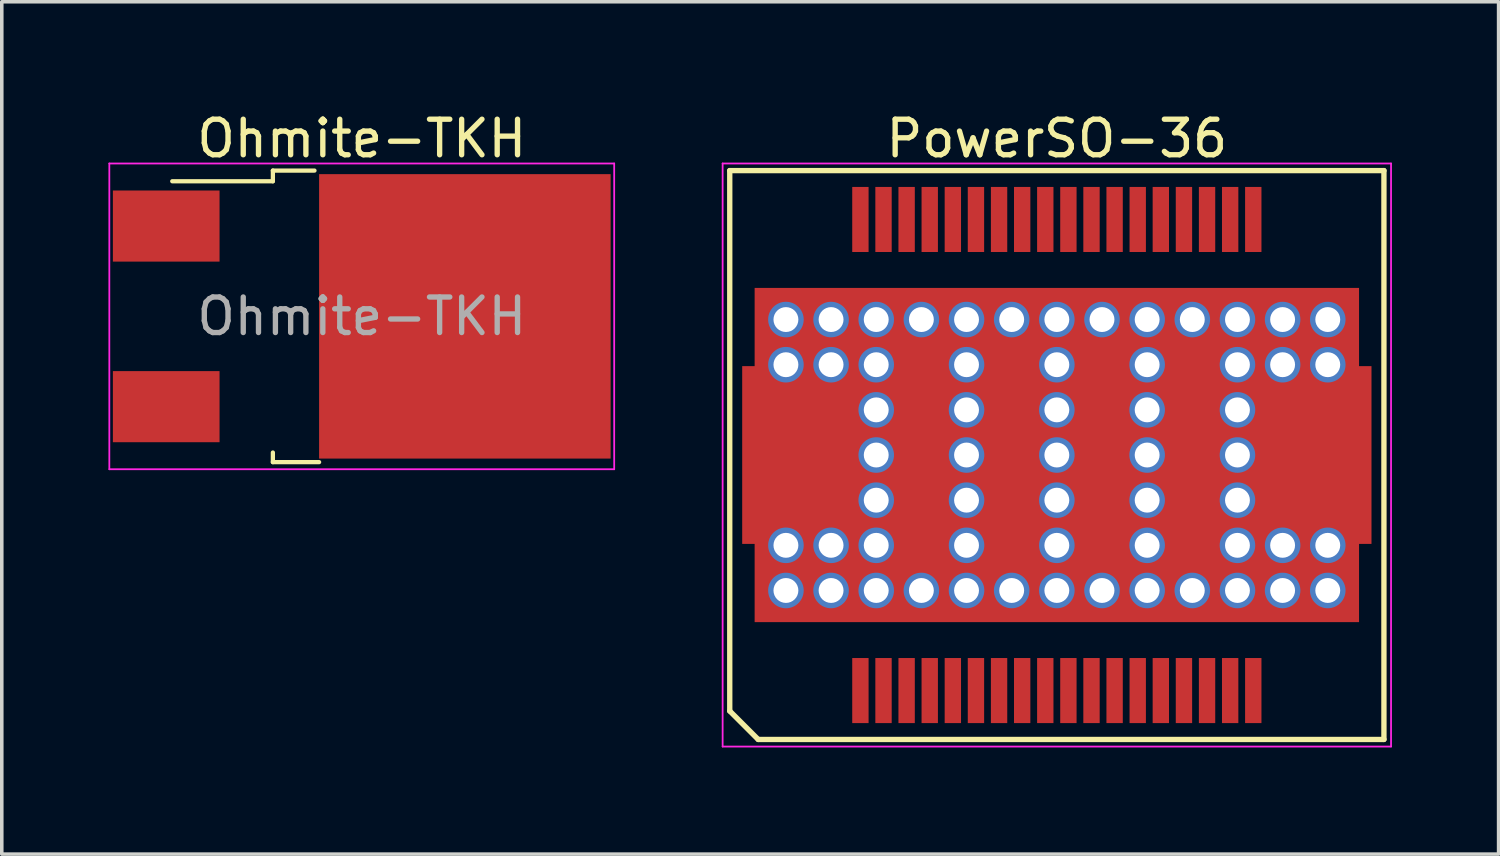
<source format=kicad_pcb>
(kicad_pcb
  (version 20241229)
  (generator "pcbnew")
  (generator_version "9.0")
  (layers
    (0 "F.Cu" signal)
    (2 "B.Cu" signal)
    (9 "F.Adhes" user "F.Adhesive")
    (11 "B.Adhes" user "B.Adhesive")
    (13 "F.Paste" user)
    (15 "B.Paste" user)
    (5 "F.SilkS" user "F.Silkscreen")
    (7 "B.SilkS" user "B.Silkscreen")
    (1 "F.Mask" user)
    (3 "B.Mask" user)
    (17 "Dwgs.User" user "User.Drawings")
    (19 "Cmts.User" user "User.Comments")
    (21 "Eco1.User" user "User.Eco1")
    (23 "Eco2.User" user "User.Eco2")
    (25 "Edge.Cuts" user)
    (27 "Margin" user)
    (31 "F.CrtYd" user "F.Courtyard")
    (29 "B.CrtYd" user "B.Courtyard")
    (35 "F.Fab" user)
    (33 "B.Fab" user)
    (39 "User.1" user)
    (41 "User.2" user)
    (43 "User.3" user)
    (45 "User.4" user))
  (footprint "Ohmite-TKH"
    (layer "F.Cu")
    (at 7.125 5.848)
    (property "Reference" "Ohmite-TKH" (at 0 -5 0) (layer "F.SilkS") (effects (font (size 1 1) (thickness 0.15))))
    (attr smd)
    (fp_line (start -2.5 -3.8) (end -5.33 -3.8) (stroke (width 0.12) (type solid)) (layer "F.SilkS"))
    (fp_line (start -2.5 -3.8) (end -2.5 -4.1) (stroke (width 0.12) (type solid)) (layer "F.SilkS"))
    (fp_line (start -2.5 4.1) (end -2.5 3.83) (stroke (width 0.12) (type solid)) (layer "F.SilkS"))
    (fp_line (start -1.33 -4.1) (end -2.5 -4.1) (stroke (width 0.12) (type solid)) (layer "F.SilkS"))
    (fp_line (start -1.2 4.1) (end -2.5 4.1) (stroke (width 0.12) (type solid)) (layer "F.SilkS"))
    (fp_line (start -7.1 -4.3) (end -7.1 4.3) (stroke (width 0.05) (type solid)) (layer "F.CrtYd"))
    (fp_line (start -7.1 4.3) (end 7.1 4.3) (stroke (width 0.05) (type solid)) (layer "F.CrtYd"))
    (fp_line (start 7.1 -4.3) (end -7.1 -4.3) (stroke (width 0.05) (type solid)) (layer "F.CrtYd"))
    (fp_line (start 7.1 4.3) (end 7.1 -4.3) (stroke (width 0.05) (type solid)) (layer "F.CrtYd"))
    (fp_text user "${REFERENCE}" (at 0 0 0) (layer "F.Fab") (effects (font (size 1 1) (thickness 0.15))))
    (pad "" smd rect (at 1 -1.9) (size 3.5 3.5) (layers "F.Paste"))
    (pad "" smd rect (at 1 1.9) (size 3.5 3.5) (layers "F.Paste"))
    (pad "" smd rect (at 4.9 -1.9) (size 3.5 3.5) (layers "F.Paste"))
    (pad "" smd rect (at 4.9 1.9) (size 3.5 3.5) (layers "F.Paste"))
    (pad "1" smd rect (at -5.5 -2.54) (size 3 2) (layers "F.Cu" "F.Mask" "F.Paste"))
    (pad "2" smd rect (at 2.9 0) (size 8.2 8) (layers "F.Cu" "F.Mask"))
    (pad "3" smd rect (at -5.5 2.54) (size 3 2) (layers "F.Cu" "F.Mask" "F.Paste")))
  (footprint "PowerSO-36"
    (layer "F.Cu")
    (at 26.675 9.748)
    (property "Reference" "PowerSO-36" (at 0 -8.9 180) (layer "F.SilkS") (effects (font (size 1 1) (thickness 0.15))))
    (attr smd)
    (fp_line (start -9.2 -8) (end 9.2 -8) (stroke (width 0.15) (type solid)) (layer "F.SilkS"))
    (fp_line (start -9.2 7.2) (end -9.2 -8) (stroke (width 0.15) (type solid)) (layer "F.SilkS"))
    (fp_line (start -8.4 8) (end -9.2 7.2) (stroke (width 0.15) (type solid)) (layer "F.SilkS"))
    (fp_line (start 9.2 -8) (end 9.2 8) (stroke (width 0.15) (type solid)) (layer "F.SilkS"))
    (fp_line (start 9.2 8) (end -8.4 8) (stroke (width 0.15) (type solid)) (layer "F.SilkS"))
    (fp_poly (pts (xy -5.715 -1.905) (xy -8.763 -1.905) (xy -8.763 1.905) (xy -5.715 1.905)) (stroke (width 0.15) (type solid)) (fill yes) (layer "F.Paste"))
    (fp_poly (pts (xy -4.445 -3.175) (xy -3.175 -3.175) (xy -3.175 3.175) (xy -4.445 3.175)) (stroke (width 0.15) (type solid)) (fill yes) (layer "F.Paste"))
    (fp_poly (pts (xy -1.905 -3.175) (xy -0.635 -3.175) (xy -0.635 3.175) (xy -1.905 3.175)) (stroke (width 0.15) (type solid)) (fill yes) (layer "F.Paste"))
    (fp_poly (pts (xy 0.635 -3.175) (xy 1.905 -3.175) (xy 1.905 3.175) (xy 0.635 3.175)) (stroke (width 0.15) (type solid)) (fill yes) (layer "F.Paste"))
    (fp_poly (pts (xy 3.175 -3.175) (xy 4.445 -3.175) (xy 4.445 3.175) (xy 3.175 3.175)) (stroke (width 0.15) (type solid)) (fill yes) (layer "F.Paste"))
    (fp_poly (pts (xy 5.715 -1.905) (xy 5.715 1.905) (xy 8.763 1.905) (xy 8.763 -1.905)) (stroke (width 0.15) (type solid)) (fill yes) (layer "F.Paste"))
    (fp_line (start -9.4 -8.2) (end 9.4 -8.2) (stroke (width 0.05) (type solid)) (layer "F.CrtYd"))
    (fp_line (start -9.4 8.2) (end -9.4 -8.2) (stroke (width 0.05) (type solid)) (layer "F.CrtYd"))
    (fp_line (start 9.4 -8.2) (end 9.4 8.2) (stroke (width 0.05) (type solid)) (layer "F.CrtYd"))
    (fp_line (start 9.4 8.2) (end -9.4 8.2) (stroke (width 0.05) (type solid)) (layer "F.CrtYd"))
    (pad "1" smd rect (at -5.525 6.625) (size 0.46 1.83) (layers "F.Cu" "F.Mask" "F.Paste"))
    (pad "2" smd rect (at -4.875 6.625) (size 0.46 1.83) (layers "F.Cu" "F.Mask" "F.Paste"))
    (pad "3" smd rect (at -4.225 6.625) (size 0.46 1.83) (layers "F.Cu" "F.Mask" "F.Paste"))
    (pad "4" smd rect (at -3.575 6.625) (size 0.46 1.83) (layers "F.Cu" "F.Mask" "F.Paste"))
    (pad "5" smd rect (at -2.925 6.625) (size 0.46 1.83) (layers "F.Cu" "F.Mask" "F.Paste"))
    (pad "6" smd rect (at -2.275 6.625) (size 0.46 1.83) (layers "F.Cu" "F.Mask" "F.Paste"))
    (pad "7" smd rect (at -1.625 6.625) (size 0.46 1.83) (layers "F.Cu" "F.Mask" "F.Paste"))
    (pad "8" smd rect (at -0.975 6.625) (size 0.46 1.83) (layers "F.Cu" "F.Mask" "F.Paste"))
    (pad "9" smd rect (at -0.325 6.625) (size 0.46 1.83) (layers "F.Cu" "F.Mask" "F.Paste"))
    (pad "10" smd rect (at 0.325 6.625) (size 0.46 1.83) (layers "F.Cu" "F.Mask" "F.Paste"))
    (pad "11" smd rect (at 0.975 6.625) (size 0.46 1.83) (layers "F.Cu" "F.Mask" "F.Paste"))
    (pad "12" smd rect (at 1.625 6.625) (size 0.46 1.83) (layers "F.Cu" "F.Mask" "F.Paste"))
    (pad "13" smd rect (at 2.275 6.625) (size 0.46 1.83) (layers "F.Cu" "F.Mask" "F.Paste"))
    (pad "14" smd rect (at 2.925 6.625) (size 0.46 1.83) (layers "F.Cu" "F.Mask" "F.Paste"))
    (pad "15" smd rect (at 3.575 6.625) (size 0.46 1.83) (layers "F.Cu" "F.Mask" "F.Paste"))
    (pad "16" smd rect (at 4.225 6.625) (size 0.46 1.83) (layers "F.Cu" "F.Mask" "F.Paste"))
    (pad "17" smd rect (at 4.875 6.625) (size 0.46 1.83) (layers "F.Cu" "F.Mask" "F.Paste"))
    (pad "18" smd rect (at 5.525 6.625) (size 0.46 1.83) (layers "F.Cu" "F.Mask" "F.Paste"))
    (pad "19" smd rect (at 5.525 -6.625) (size 0.46 1.83) (layers "F.Cu" "F.Mask" "F.Paste"))
    (pad "20" smd rect (at 4.875 -6.625) (size 0.46 1.83) (layers "F.Cu" "F.Mask" "F.Paste"))
    (pad "21" smd rect (at 4.225 -6.625) (size 0.46 1.83) (layers "F.Cu" "F.Mask" "F.Paste"))
    (pad "22" smd rect (at 3.575 -6.625) (size 0.46 1.83) (layers "F.Cu" "F.Mask" "F.Paste"))
    (pad "23" smd rect (at 2.925 -6.625) (size 0.46 1.83) (layers "F.Cu" "F.Mask" "F.Paste"))
    (pad "24" smd rect (at 2.275 -6.625) (size 0.46 1.83) (layers "F.Cu" "F.Mask" "F.Paste"))
    (pad "25" smd rect (at 1.625 -6.625) (size 0.46 1.83) (layers "F.Cu" "F.Mask" "F.Paste"))
    (pad "26" smd rect (at 0.975 -6.625) (size 0.46 1.83) (layers "F.Cu" "F.Mask" "F.Paste"))
    (pad "27" smd rect (at 0.325 -6.625) (size 0.46 1.83) (layers "F.Cu" "F.Mask" "F.Paste"))
    (pad "28" smd rect (at -0.325 -6.625) (size 0.46 1.83) (layers "F.Cu" "F.Mask" "F.Paste"))
    (pad "29" smd rect (at -0.975 -6.625) (size 0.46 1.83) (layers "F.Cu" "F.Mask" "F.Paste"))
    (pad "30" smd rect (at -1.625 -6.625) (size 0.46 1.83) (layers "F.Cu" "F.Mask" "F.Paste"))
    (pad "31" smd rect (at -2.275 -6.625) (size 0.46 1.83) (layers "F.Cu" "F.Mask" "F.Paste"))
    (pad "32" smd rect (at -2.925 -6.625) (size 0.46 1.83) (layers "F.Cu" "F.Mask" "F.Paste"))
    (pad "33" smd rect (at -3.575 -6.625) (size 0.46 1.83) (layers "F.Cu" "F.Mask" "F.Paste"))
    (pad "34" smd rect (at -4.225 -6.625) (size 0.46 1.83) (layers "F.Cu" "F.Mask" "F.Paste"))
    (pad "35" smd rect (at -4.875 -6.625) (size 0.46 1.83) (layers "F.Cu" "F.Mask" "F.Paste"))
    (pad "36" smd rect (at -5.525 -6.625) (size 0.46 1.83) (layers "F.Cu" "F.Mask" "F.Paste"))
    (pad "37" thru_hole circle (at -7.62 -3.81) (size 1 1) (drill 0.7) (layers "*.Cu" "*.Mask"))
    (pad "37" thru_hole circle (at -7.62 -2.54) (size 1 1) (drill 0.7) (layers "*.Cu" "*.Mask"))
    (pad "37" thru_hole circle (at -7.62 2.54) (size 1 1) (drill 0.7) (layers "*.Cu" "*.Mask"))
    (pad "37" thru_hole circle (at -7.62 3.81) (size 1 1) (drill 0.7) (layers "*.Cu" "*.Mask"))
    (pad "37" thru_hole circle (at -6.35 -3.81) (size 1 1) (drill 0.7) (layers "*.Cu" "*.Mask"))
    (pad "37" thru_hole circle (at -6.35 -2.54) (size 1 1) (drill 0.7) (layers "*.Cu" "*.Mask"))
    (pad "37" thru_hole circle (at -6.35 2.54) (size 1 1) (drill 0.7) (layers "*.Cu" "*.Mask"))
    (pad "37" thru_hole circle (at -6.35 3.81) (size 1 1) (drill 0.7) (layers "*.Cu" "*.Mask"))
    (pad "37" thru_hole circle (at -5.08 -3.81) (size 1 1) (drill 0.7) (layers "*.Cu" "*.Mask"))
    (pad "37" thru_hole circle (at -5.08 -2.54) (size 1 1) (drill 0.7) (layers "*.Cu" "*.Mask"))
    (pad "37" thru_hole circle (at -5.08 -1.27) (size 1 1) (drill 0.7) (layers "*.Cu" "*.Mask"))
    (pad "37" thru_hole circle (at -5.08 0) (size 1 1) (drill 0.7) (layers "*.Cu" "*.Mask"))
    (pad "37" thru_hole circle (at -5.08 1.27) (size 1 1) (drill 0.7) (layers "*.Cu" "*.Mask"))
    (pad "37" thru_hole circle (at -5.08 2.54) (size 1 1) (drill 0.7) (layers "*.Cu" "*.Mask"))
    (pad "37" thru_hole circle (at -5.08 3.81) (size 1 1) (drill 0.7) (layers "*.Cu" "*.Mask"))
    (pad "37" thru_hole circle (at -3.81 -3.81) (size 1 1) (drill 0.7) (layers "*.Cu" "*.Mask"))
    (pad "37" thru_hole circle (at -3.81 3.81) (size 1 1) (drill 0.7) (layers "*.Cu" "*.Mask"))
    (pad "37" thru_hole circle (at -2.54 -3.81) (size 1 1) (drill 0.7) (layers "*.Cu" "*.Mask"))
    (pad "37" thru_hole circle (at -2.54 -2.54) (size 1 1) (drill 0.7) (layers "*.Cu" "*.Mask"))
    (pad "37" thru_hole circle (at -2.54 -1.27) (size 1 1) (drill 0.7) (layers "*.Cu" "*.Mask"))
    (pad "37" thru_hole circle (at -2.54 0) (size 1 1) (drill 0.7) (layers "*.Cu" "*.Mask"))
    (pad "37" thru_hole circle (at -2.54 1.27) (size 1 1) (drill 0.7) (layers "*.Cu" "*.Mask"))
    (pad "37" thru_hole circle (at -2.54 2.54) (size 1 1) (drill 0.7) (layers "*.Cu" "*.Mask"))
    (pad "37" thru_hole circle (at -2.54 3.81) (size 1 1) (drill 0.7) (layers "*.Cu" "*.Mask"))
    (pad "37" thru_hole circle (at -1.27 -3.81) (size 1 1) (drill 0.7) (layers "*.Cu" "*.Mask"))
    (pad "37" thru_hole circle (at -1.27 3.81) (size 1 1) (drill 0.7) (layers "*.Cu" "*.Mask"))
    (pad "37" thru_hole circle (at 0 -3.81) (size 1 1) (drill 0.7) (layers "*.Cu" "*.Mask"))
    (pad "37" thru_hole circle (at 0 -2.54) (size 1 1) (drill 0.7) (layers "*.Cu" "*.Mask"))
    (pad "37" thru_hole circle (at 0 -1.27) (size 1 1) (drill 0.7) (layers "*.Cu" "*.Mask"))
    (pad "37" thru_hole circle (at 0 0) (size 1 1) (drill 0.7) (layers "*.Cu" "*.Mask"))
    (pad "37" smd rect (at 0 0) (size 17 9.4) (layers "F.Cu" "F.Mask"))
    (pad "37" smd rect (at 0 0) (size 17.7 5) (layers "F.Cu" "F.Mask"))
    (pad "37" thru_hole circle (at 0 1.27) (size 1 1) (drill 0.7) (layers "*.Cu" "*.Mask"))
    (pad "37" thru_hole circle (at 0 2.54) (size 1 1) (drill 0.7) (layers "*.Cu" "*.Mask"))
    (pad "37" thru_hole circle (at 0 3.81) (size 1 1) (drill 0.7) (layers "*.Cu" "*.Mask"))
    (pad "37" thru_hole circle (at 1.27 -3.81) (size 1 1) (drill 0.7) (layers "*.Cu" "*.Mask"))
    (pad "37" thru_hole circle (at 1.27 3.81) (size 1 1) (drill 0.7) (layers "*.Cu" "*.Mask"))
    (pad "37" thru_hole circle (at 2.54 -3.81) (size 1 1) (drill 0.7) (layers "*.Cu" "*.Mask"))
    (pad "37" thru_hole circle (at 2.54 -2.54) (size 1 1) (drill 0.7) (layers "*.Cu" "*.Mask"))
    (pad "37" thru_hole circle (at 2.54 -1.27) (size 1 1) (drill 0.7) (layers "*.Cu" "*.Mask"))
    (pad "37" thru_hole circle (at 2.54 0) (size 1 1) (drill 0.7) (layers "*.Cu" "*.Mask"))
    (pad "37" thru_hole circle (at 2.54 1.27) (size 1 1) (drill 0.7) (layers "*.Cu" "*.Mask"))
    (pad "37" thru_hole circle (at 2.54 2.54) (size 1 1) (drill 0.7) (layers "*.Cu" "*.Mask"))
    (pad "37" thru_hole circle (at 2.54 3.81) (size 1 1) (drill 0.7) (layers "*.Cu" "*.Mask"))
    (pad "37" thru_hole circle (at 3.81 -3.81) (size 1 1) (drill 0.7) (layers "*.Cu" "*.Mask"))
    (pad "37" thru_hole circle (at 3.81 3.81) (size 1 1) (drill 0.7) (layers "*.Cu" "*.Mask"))
    (pad "37" thru_hole circle (at 5.08 -3.81) (size 1 1) (drill 0.7) (layers "*.Cu" "*.Mask"))
    (pad "37" thru_hole circle (at 5.08 -2.54) (size 1 1) (drill 0.7) (layers "*.Cu" "*.Mask"))
    (pad "37" thru_hole circle (at 5.08 -1.27) (size 1 1) (drill 0.7) (layers "*.Cu" "*.Mask"))
    (pad "37" thru_hole circle (at 5.08 0) (size 1 1) (drill 0.7) (layers "*.Cu" "*.Mask"))
    (pad "37" thru_hole circle (at 5.08 1.27) (size 1 1) (drill 0.7) (layers "*.Cu" "*.Mask"))
    (pad "37" thru_hole circle (at 5.08 2.54) (size 1 1) (drill 0.7) (layers "*.Cu" "*.Mask"))
    (pad "37" thru_hole circle (at 5.08 3.81) (size 1 1) (drill 0.7) (layers "*.Cu" "*.Mask"))
    (pad "37" thru_hole circle (at 6.35 -3.81) (size 1 1) (drill 0.7) (layers "*.Cu" "*.Mask"))
    (pad "37" thru_hole circle (at 6.35 -2.54) (size 1 1) (drill 0.7) (layers "*.Cu" "*.Mask"))
    (pad "37" thru_hole circle (at 6.35 2.54) (size 1 1) (drill 0.7) (layers "*.Cu" "*.Mask"))
    (pad "37" thru_hole circle (at 6.35 3.81) (size 1 1) (drill 0.7) (layers "*.Cu" "*.Mask"))
    (pad "37" thru_hole circle (at 7.62 -3.81) (size 1 1) (drill 0.7) (layers "*.Cu" "*.Mask"))
    (pad "37" thru_hole circle (at 7.62 -2.54) (size 1 1) (drill 0.7) (layers "*.Cu" "*.Mask"))
    (pad "37" thru_hole circle (at 7.62 2.54) (size 1 1) (drill 0.7) (layers "*.Cu" "*.Mask"))
    (pad "37" thru_hole circle (at 7.62 3.81) (size 1 1) (drill 0.7) (layers "*.Cu" "*.Mask")))
  (gr_rect
    (start -3 -3)
    (end 39.1 20.973)
    (stroke (width 0.1) (type default))
    (fill no)
    (layer "Edge.Cuts")))
</source>
